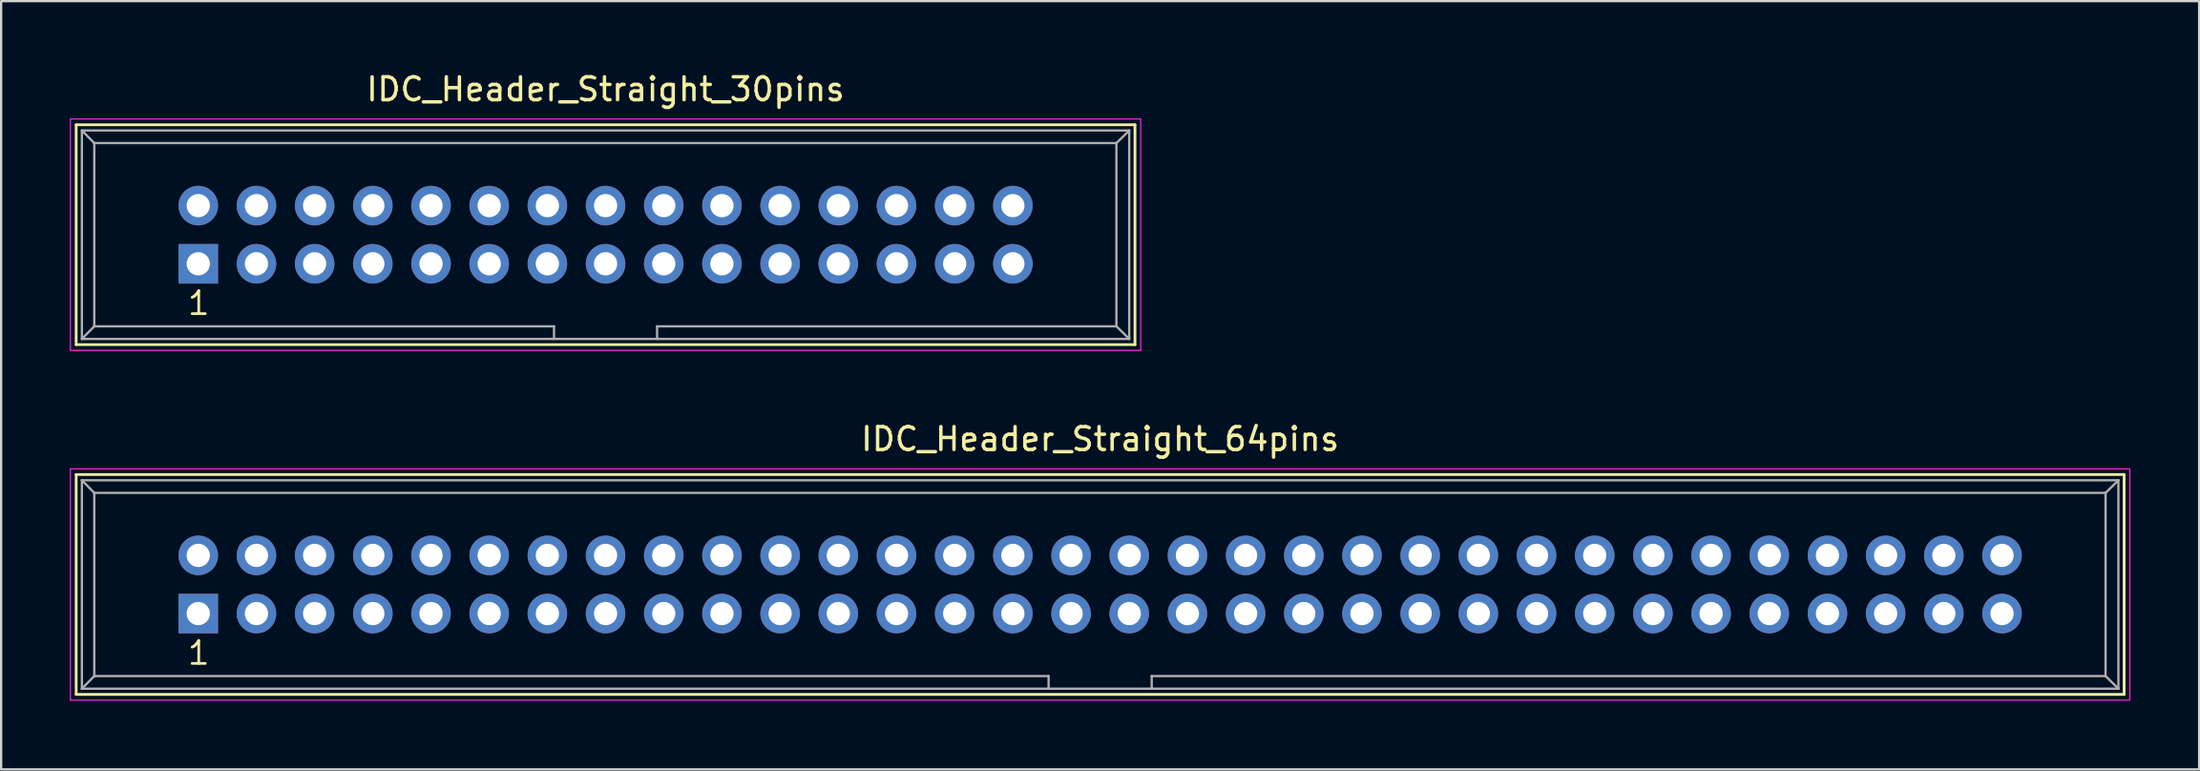
<source format=kicad_pcb>
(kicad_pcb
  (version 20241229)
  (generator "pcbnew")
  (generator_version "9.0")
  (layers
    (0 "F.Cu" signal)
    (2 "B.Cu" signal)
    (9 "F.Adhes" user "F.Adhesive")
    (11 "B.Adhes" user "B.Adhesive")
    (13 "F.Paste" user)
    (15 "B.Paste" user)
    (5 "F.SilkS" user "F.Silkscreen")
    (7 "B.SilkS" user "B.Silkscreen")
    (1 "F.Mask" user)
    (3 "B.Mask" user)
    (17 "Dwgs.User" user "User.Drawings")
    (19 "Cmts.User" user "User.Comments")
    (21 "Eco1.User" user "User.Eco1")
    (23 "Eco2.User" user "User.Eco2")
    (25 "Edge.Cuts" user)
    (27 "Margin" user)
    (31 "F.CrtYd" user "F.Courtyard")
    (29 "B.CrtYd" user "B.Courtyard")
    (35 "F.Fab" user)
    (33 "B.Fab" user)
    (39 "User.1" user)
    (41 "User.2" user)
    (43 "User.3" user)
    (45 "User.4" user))
  (footprint "IDC_Header_Straight_64pins"
    (layer "F.Cu")
    (at 5.605 23.741)
    (property "Reference" "IDC_Header_Straight_64pins" (at 39.37 -7.62 0) (layer "F.SilkS") (effects (font (size 1 1) (thickness 0.15))))
    (attr through_hole)
    (fp_line (start -5.33 -6.07) (end 84.07 -6.07) (stroke (width 0.12) (type solid)) (layer "F.SilkS"))
    (fp_line (start -5.33 3.53) (end -5.33 -6.07) (stroke (width 0.12) (type solid)) (layer "F.SilkS"))
    (fp_line (start 84.07 -6.07) (end 84.07 3.53) (stroke (width 0.12) (type solid)) (layer "F.SilkS"))
    (fp_line (start 84.07 3.53) (end -5.33 3.53) (stroke (width 0.12) (type solid)) (layer "F.SilkS"))
    (fp_line (start -5.58 -6.32) (end 84.32 -6.32) (stroke (width 0.05) (type solid)) (layer "F.CrtYd"))
    (fp_line (start -5.58 3.78) (end -5.58 -6.32) (stroke (width 0.05) (type solid)) (layer "F.CrtYd"))
    (fp_line (start 84.32 -6.32) (end 84.32 3.78) (stroke (width 0.05) (type solid)) (layer "F.CrtYd"))
    (fp_line (start 84.32 3.78) (end -5.58 3.78) (stroke (width 0.05) (type solid)) (layer "F.CrtYd"))
    (fp_line (start -5.08 -5.82) (end -5.08 3.28) (stroke (width 0.1) (type solid)) (layer "F.Fab"))
    (fp_line (start -5.08 -5.82) (end -4.54 -5.27) (stroke (width 0.1) (type solid)) (layer "F.Fab"))
    (fp_line (start -5.08 -5.82) (end 83.82 -5.82) (stroke (width 0.1) (type solid)) (layer "F.Fab"))
    (fp_line (start -5.08 3.28) (end -4.54 2.73) (stroke (width 0.1) (type solid)) (layer "F.Fab"))
    (fp_line (start -5.08 3.28) (end 83.82 3.28) (stroke (width 0.1) (type solid)) (layer "F.Fab"))
    (fp_line (start -4.54 -5.27) (end -4.54 2.73) (stroke (width 0.1) (type solid)) (layer "F.Fab"))
    (fp_line (start -4.54 -5.27) (end 83.26 -5.27) (stroke (width 0.1) (type solid)) (layer "F.Fab"))
    (fp_line (start -4.54 2.73) (end 37.12 2.73) (stroke (width 0.1) (type solid)) (layer "F.Fab"))
    (fp_line (start 37.12 2.73) (end 37.12 3.28) (stroke (width 0.1) (type solid)) (layer "F.Fab"))
    (fp_line (start 41.62 2.73) (end 41.62 3.28) (stroke (width 0.1) (type solid)) (layer "F.Fab"))
    (fp_line (start 41.62 2.73) (end 83.26 2.73) (stroke (width 0.1) (type solid)) (layer "F.Fab"))
    (fp_line (start 83.26 -5.27) (end 83.26 2.73) (stroke (width 0.1) (type solid)) (layer "F.Fab"))
    (fp_line (start 83.82 -5.82) (end 83.26 -5.27) (stroke (width 0.1) (type solid)) (layer "F.Fab"))
    (fp_line (start 83.82 -5.82) (end 83.82 3.28) (stroke (width 0.1) (type solid)) (layer "F.Fab"))
    (fp_line (start 83.82 3.28) (end 83.26 2.73) (stroke (width 0.1) (type solid)) (layer "F.Fab"))
    (fp_text user "1" (at 0.02 1.72 0) (layer "F.SilkS") (effects (font (size 1 1) (thickness 0.12))))
    (pad "1" thru_hole rect (at 0 0) (size 1.727 1.727) (drill 1.016) (layers "*.Cu" "*.Mask"))
    (pad "2" thru_hole oval (at 0 -2.54) (size 1.727 1.727) (drill 1.016) (layers "*.Cu" "*.Mask"))
    (pad "3" thru_hole oval (at 2.54 0) (size 1.727 1.727) (drill 1.016) (layers "*.Cu" "*.Mask"))
    (pad "4" thru_hole oval (at 2.54 -2.54) (size 1.727 1.727) (drill 1.016) (layers "*.Cu" "*.Mask"))
    (pad "5" thru_hole oval (at 5.08 0) (size 1.727 1.727) (drill 1.016) (layers "*.Cu" "*.Mask"))
    (pad "6" thru_hole oval (at 5.08 -2.54) (size 1.727 1.727) (drill 1.016) (layers "*.Cu" "*.Mask"))
    (pad "7" thru_hole oval (at 7.62 0) (size 1.727 1.727) (drill 1.016) (layers "*.Cu" "*.Mask"))
    (pad "8" thru_hole oval (at 7.62 -2.54) (size 1.727 1.727) (drill 1.016) (layers "*.Cu" "*.Mask"))
    (pad "9" thru_hole oval (at 10.16 0) (size 1.727 1.727) (drill 1.016) (layers "*.Cu" "*.Mask"))
    (pad "10" thru_hole oval (at 10.16 -2.54) (size 1.727 1.727) (drill 1.016) (layers "*.Cu" "*.Mask"))
    (pad "11" thru_hole oval (at 12.7 0) (size 1.727 1.727) (drill 1.016) (layers "*.Cu" "*.Mask"))
    (pad "12" thru_hole oval (at 12.7 -2.54) (size 1.727 1.727) (drill 1.016) (layers "*.Cu" "*.Mask"))
    (pad "13" thru_hole oval (at 15.24 0) (size 1.727 1.727) (drill 1.016) (layers "*.Cu" "*.Mask"))
    (pad "14" thru_hole oval (at 15.24 -2.54) (size 1.727 1.727) (drill 1.016) (layers "*.Cu" "*.Mask"))
    (pad "15" thru_hole oval (at 17.78 0) (size 1.727 1.727) (drill 1.016) (layers "*.Cu" "*.Mask"))
    (pad "16" thru_hole oval (at 17.78 -2.54) (size 1.727 1.727) (drill 1.016) (layers "*.Cu" "*.Mask"))
    (pad "17" thru_hole oval (at 20.32 0) (size 1.727 1.727) (drill 1.016) (layers "*.Cu" "*.Mask"))
    (pad "18" thru_hole oval (at 20.32 -2.54) (size 1.727 1.727) (drill 1.016) (layers "*.Cu" "*.Mask"))
    (pad "19" thru_hole oval (at 22.86 0) (size 1.727 1.727) (drill 1.016) (layers "*.Cu" "*.Mask"))
    (pad "20" thru_hole oval (at 22.86 -2.54) (size 1.727 1.727) (drill 1.016) (layers "*.Cu" "*.Mask"))
    (pad "21" thru_hole oval (at 25.4 0) (size 1.727 1.727) (drill 1.016) (layers "*.Cu" "*.Mask"))
    (pad "22" thru_hole oval (at 25.4 -2.54) (size 1.727 1.727) (drill 1.016) (layers "*.Cu" "*.Mask"))
    (pad "23" thru_hole oval (at 27.94 0) (size 1.727 1.727) (drill 1.016) (layers "*.Cu" "*.Mask"))
    (pad "24" thru_hole oval (at 27.94 -2.54) (size 1.727 1.727) (drill 1.016) (layers "*.Cu" "*.Mask"))
    (pad "25" thru_hole oval (at 30.48 0) (size 1.727 1.727) (drill 1.016) (layers "*.Cu" "*.Mask"))
    (pad "26" thru_hole oval (at 30.48 -2.54) (size 1.727 1.727) (drill 1.016) (layers "*.Cu" "*.Mask"))
    (pad "27" thru_hole oval (at 33.02 0) (size 1.727 1.727) (drill 1.016) (layers "*.Cu" "*.Mask"))
    (pad "28" thru_hole oval (at 33.02 -2.54) (size 1.727 1.727) (drill 1.016) (layers "*.Cu" "*.Mask"))
    (pad "29" thru_hole oval (at 35.56 0) (size 1.727 1.727) (drill 1.016) (layers "*.Cu" "*.Mask"))
    (pad "30" thru_hole oval (at 35.56 -2.54) (size 1.727 1.727) (drill 1.016) (layers "*.Cu" "*.Mask"))
    (pad "31" thru_hole oval (at 38.1 0) (size 1.727 1.727) (drill 1.016) (layers "*.Cu" "*.Mask"))
    (pad "32" thru_hole oval (at 38.1 -2.54) (size 1.727 1.727) (drill 1.016) (layers "*.Cu" "*.Mask"))
    (pad "33" thru_hole oval (at 40.64 0) (size 1.727 1.727) (drill 1.016) (layers "*.Cu" "*.Mask"))
    (pad "34" thru_hole oval (at 40.64 -2.54) (size 1.727 1.727) (drill 1.016) (layers "*.Cu" "*.Mask"))
    (pad "35" thru_hole oval (at 43.18 0) (size 1.727 1.727) (drill 1.016) (layers "*.Cu" "*.Mask"))
    (pad "36" thru_hole oval (at 43.18 -2.54) (size 1.727 1.727) (drill 1.016) (layers "*.Cu" "*.Mask"))
    (pad "37" thru_hole oval (at 45.72 0) (size 1.727 1.727) (drill 1.016) (layers "*.Cu" "*.Mask"))
    (pad "38" thru_hole oval (at 45.72 -2.54) (size 1.727 1.727) (drill 1.016) (layers "*.Cu" "*.Mask"))
    (pad "39" thru_hole oval (at 48.26 0) (size 1.727 1.727) (drill 1.016) (layers "*.Cu" "*.Mask"))
    (pad "40" thru_hole oval (at 48.26 -2.54) (size 1.727 1.727) (drill 1.016) (layers "*.Cu" "*.Mask"))
    (pad "41" thru_hole oval (at 50.8 0) (size 1.727 1.727) (drill 1.016) (layers "*.Cu" "*.Mask"))
    (pad "42" thru_hole oval (at 50.8 -2.54) (size 1.727 1.727) (drill 1.016) (layers "*.Cu" "*.Mask"))
    (pad "43" thru_hole oval (at 53.34 0) (size 1.727 1.727) (drill 1.016) (layers "*.Cu" "*.Mask"))
    (pad "44" thru_hole oval (at 53.34 -2.54) (size 1.727 1.727) (drill 1.016) (layers "*.Cu" "*.Mask"))
    (pad "45" thru_hole oval (at 55.88 0) (size 1.727 1.727) (drill 1.016) (layers "*.Cu" "*.Mask"))
    (pad "46" thru_hole oval (at 55.88 -2.54) (size 1.727 1.727) (drill 1.016) (layers "*.Cu" "*.Mask"))
    (pad "47" thru_hole oval (at 58.42 0) (size 1.727 1.727) (drill 1.016) (layers "*.Cu" "*.Mask"))
    (pad "48" thru_hole oval (at 58.42 -2.54) (size 1.727 1.727) (drill 1.016) (layers "*.Cu" "*.Mask"))
    (pad "49" thru_hole oval (at 60.96 0) (size 1.727 1.727) (drill 1.016) (layers "*.Cu" "*.Mask"))
    (pad "50" thru_hole oval (at 60.96 -2.54) (size 1.727 1.727) (drill 1.016) (layers "*.Cu" "*.Mask"))
    (pad "51" thru_hole oval (at 63.5 0) (size 1.727 1.727) (drill 1.016) (layers "*.Cu" "*.Mask"))
    (pad "52" thru_hole oval (at 63.5 -2.54) (size 1.727 1.727) (drill 1.016) (layers "*.Cu" "*.Mask"))
    (pad "53" thru_hole oval (at 66.04 0) (size 1.727 1.727) (drill 1.016) (layers "*.Cu" "*.Mask"))
    (pad "54" thru_hole oval (at 66.04 -2.54) (size 1.727 1.727) (drill 1.016) (layers "*.Cu" "*.Mask"))
    (pad "55" thru_hole oval (at 68.58 0) (size 1.727 1.727) (drill 1.016) (layers "*.Cu" "*.Mask"))
    (pad "56" thru_hole oval (at 68.58 -2.54) (size 1.727 1.727) (drill 1.016) (layers "*.Cu" "*.Mask"))
    (pad "57" thru_hole oval (at 71.12 0) (size 1.727 1.727) (drill 1.016) (layers "*.Cu" "*.Mask"))
    (pad "58" thru_hole oval (at 71.12 -2.54) (size 1.727 1.727) (drill 1.016) (layers "*.Cu" "*.Mask"))
    (pad "59" thru_hole oval (at 73.66 0) (size 1.727 1.727) (drill 1.016) (layers "*.Cu" "*.Mask"))
    (pad "60" thru_hole oval (at 73.66 -2.54) (size 1.727 1.727) (drill 1.016) (layers "*.Cu" "*.Mask"))
    (pad "61" thru_hole oval (at 76.2 0) (size 1.727 1.727) (drill 1.016) (layers "*.Cu" "*.Mask"))
    (pad "62" thru_hole oval (at 76.2 -2.54) (size 1.727 1.727) (drill 1.016) (layers "*.Cu" "*.Mask"))
    (pad "63" thru_hole oval (at 78.74 0) (size 1.727 1.727) (drill 1.016) (layers "*.Cu" "*.Mask"))
    (pad "64" thru_hole oval (at 78.74 -2.54) (size 1.727 1.727) (drill 1.016) (layers "*.Cu" "*.Mask")))
  (footprint "IDC_Header_Straight_30pins"
    (layer "F.Cu")
    (at 5.605 8.468)
    (property "Reference" "IDC_Header_Straight_30pins" (at 17.78 -7.62 0) (layer "F.SilkS") (effects (font (size 1 1) (thickness 0.15))))
    (attr through_hole)
    (fp_line (start -5.33 -6.07) (end 40.89 -6.07) (stroke (width 0.12) (type solid)) (layer "F.SilkS"))
    (fp_line (start -5.33 3.53) (end -5.33 -6.07) (stroke (width 0.12) (type solid)) (layer "F.SilkS"))
    (fp_line (start 40.89 -6.07) (end 40.89 3.53) (stroke (width 0.12) (type solid)) (layer "F.SilkS"))
    (fp_line (start 40.89 3.53) (end -5.33 3.53) (stroke (width 0.12) (type solid)) (layer "F.SilkS"))
    (fp_line (start -5.58 -6.32) (end 41.14 -6.32) (stroke (width 0.05) (type solid)) (layer "F.CrtYd"))
    (fp_line (start -5.58 3.78) (end -5.58 -6.32) (stroke (width 0.05) (type solid)) (layer "F.CrtYd"))
    (fp_line (start 41.14 -6.32) (end 41.14 3.78) (stroke (width 0.05) (type solid)) (layer "F.CrtYd"))
    (fp_line (start 41.14 3.78) (end -5.58 3.78) (stroke (width 0.05) (type solid)) (layer "F.CrtYd"))
    (fp_line (start -5.08 -5.82) (end -5.08 3.28) (stroke (width 0.1) (type solid)) (layer "F.Fab"))
    (fp_line (start -5.08 -5.82) (end -4.54 -5.27) (stroke (width 0.1) (type solid)) (layer "F.Fab"))
    (fp_line (start -5.08 -5.82) (end 40.64 -5.82) (stroke (width 0.1) (type solid)) (layer "F.Fab"))
    (fp_line (start -5.08 3.28) (end -4.54 2.73) (stroke (width 0.1) (type solid)) (layer "F.Fab"))
    (fp_line (start -5.08 3.28) (end 40.64 3.28) (stroke (width 0.1) (type solid)) (layer "F.Fab"))
    (fp_line (start -4.54 -5.27) (end -4.54 2.73) (stroke (width 0.1) (type solid)) (layer "F.Fab"))
    (fp_line (start -4.54 -5.27) (end 40.08 -5.27) (stroke (width 0.1) (type solid)) (layer "F.Fab"))
    (fp_line (start -4.54 2.73) (end 15.53 2.73) (stroke (width 0.1) (type solid)) (layer "F.Fab"))
    (fp_line (start 15.53 2.73) (end 15.53 3.28) (stroke (width 0.1) (type solid)) (layer "F.Fab"))
    (fp_line (start 20.03 2.73) (end 20.03 3.28) (stroke (width 0.1) (type solid)) (layer "F.Fab"))
    (fp_line (start 20.03 2.73) (end 40.08 2.73) (stroke (width 0.1) (type solid)) (layer "F.Fab"))
    (fp_line (start 40.08 -5.27) (end 40.08 2.73) (stroke (width 0.1) (type solid)) (layer "F.Fab"))
    (fp_line (start 40.64 -5.82) (end 40.08 -5.27) (stroke (width 0.1) (type solid)) (layer "F.Fab"))
    (fp_line (start 40.64 -5.82) (end 40.64 3.28) (stroke (width 0.1) (type solid)) (layer "F.Fab"))
    (fp_line (start 40.64 3.28) (end 40.08 2.73) (stroke (width 0.1) (type solid)) (layer "F.Fab"))
    (fp_text user "1" (at 0.02 1.72 0) (layer "F.SilkS") (effects (font (size 1 1) (thickness 0.12))))
    (pad "1" thru_hole rect (at 0 0) (size 1.727 1.727) (drill 1.016) (layers "*.Cu" "*.Mask"))
    (pad "2" thru_hole oval (at 0 -2.54) (size 1.727 1.727) (drill 1.016) (layers "*.Cu" "*.Mask"))
    (pad "3" thru_hole oval (at 2.54 0) (size 1.727 1.727) (drill 1.016) (layers "*.Cu" "*.Mask"))
    (pad "4" thru_hole oval (at 2.54 -2.54) (size 1.727 1.727) (drill 1.016) (layers "*.Cu" "*.Mask"))
    (pad "5" thru_hole oval (at 5.08 0) (size 1.727 1.727) (drill 1.016) (layers "*.Cu" "*.Mask"))
    (pad "6" thru_hole oval (at 5.08 -2.54) (size 1.727 1.727) (drill 1.016) (layers "*.Cu" "*.Mask"))
    (pad "7" thru_hole oval (at 7.62 0) (size 1.727 1.727) (drill 1.016) (layers "*.Cu" "*.Mask"))
    (pad "8" thru_hole oval (at 7.62 -2.54) (size 1.727 1.727) (drill 1.016) (layers "*.Cu" "*.Mask"))
    (pad "9" thru_hole oval (at 10.16 0) (size 1.727 1.727) (drill 1.016) (layers "*.Cu" "*.Mask"))
    (pad "10" thru_hole oval (at 10.16 -2.54) (size 1.727 1.727) (drill 1.016) (layers "*.Cu" "*.Mask"))
    (pad "11" thru_hole oval (at 12.7 0) (size 1.727 1.727) (drill 1.016) (layers "*.Cu" "*.Mask"))
    (pad "12" thru_hole oval (at 12.7 -2.54) (size 1.727 1.727) (drill 1.016) (layers "*.Cu" "*.Mask"))
    (pad "13" thru_hole oval (at 15.24 0) (size 1.727 1.727) (drill 1.016) (layers "*.Cu" "*.Mask"))
    (pad "14" thru_hole oval (at 15.24 -2.54) (size 1.727 1.727) (drill 1.016) (layers "*.Cu" "*.Mask"))
    (pad "15" thru_hole oval (at 17.78 0) (size 1.727 1.727) (drill 1.016) (layers "*.Cu" "*.Mask"))
    (pad "16" thru_hole oval (at 17.78 -2.54) (size 1.727 1.727) (drill 1.016) (layers "*.Cu" "*.Mask"))
    (pad "17" thru_hole oval (at 20.32 0) (size 1.727 1.727) (drill 1.016) (layers "*.Cu" "*.Mask"))
    (pad "18" thru_hole oval (at 20.32 -2.54) (size 1.727 1.727) (drill 1.016) (layers "*.Cu" "*.Mask"))
    (pad "19" thru_hole oval (at 22.86 0) (size 1.727 1.727) (drill 1.016) (layers "*.Cu" "*.Mask"))
    (pad "20" thru_hole oval (at 22.86 -2.54) (size 1.727 1.727) (drill 1.016) (layers "*.Cu" "*.Mask"))
    (pad "21" thru_hole oval (at 25.4 0) (size 1.727 1.727) (drill 1.016) (layers "*.Cu" "*.Mask"))
    (pad "22" thru_hole oval (at 25.4 -2.54) (size 1.727 1.727) (drill 1.016) (layers "*.Cu" "*.Mask"))
    (pad "23" thru_hole oval (at 27.94 0) (size 1.727 1.727) (drill 1.016) (layers "*.Cu" "*.Mask"))
    (pad "24" thru_hole oval (at 27.94 -2.54) (size 1.727 1.727) (drill 1.016) (layers "*.Cu" "*.Mask"))
    (pad "25" thru_hole oval (at 30.48 0) (size 1.727 1.727) (drill 1.016) (layers "*.Cu" "*.Mask"))
    (pad "26" thru_hole oval (at 30.48 -2.54) (size 1.727 1.727) (drill 1.016) (layers "*.Cu" "*.Mask"))
    (pad "27" thru_hole oval (at 33.02 0) (size 1.727 1.727) (drill 1.016) (layers "*.Cu" "*.Mask"))
    (pad "28" thru_hole oval (at 33.02 -2.54) (size 1.727 1.727) (drill 1.016) (layers "*.Cu" "*.Mask"))
    (pad "29" thru_hole oval (at 35.56 0) (size 1.727 1.727) (drill 1.016) (layers "*.Cu" "*.Mask"))
    (pad "30" thru_hole oval (at 35.56 -2.54) (size 1.727 1.727) (drill 1.016) (layers "*.Cu" "*.Mask")))
  (gr_rect
    (start -3 -3)
    (end 92.95 30.547)
    (stroke (width 0.1) (type default))
    (fill no)
    (layer "Edge.Cuts")))
</source>
